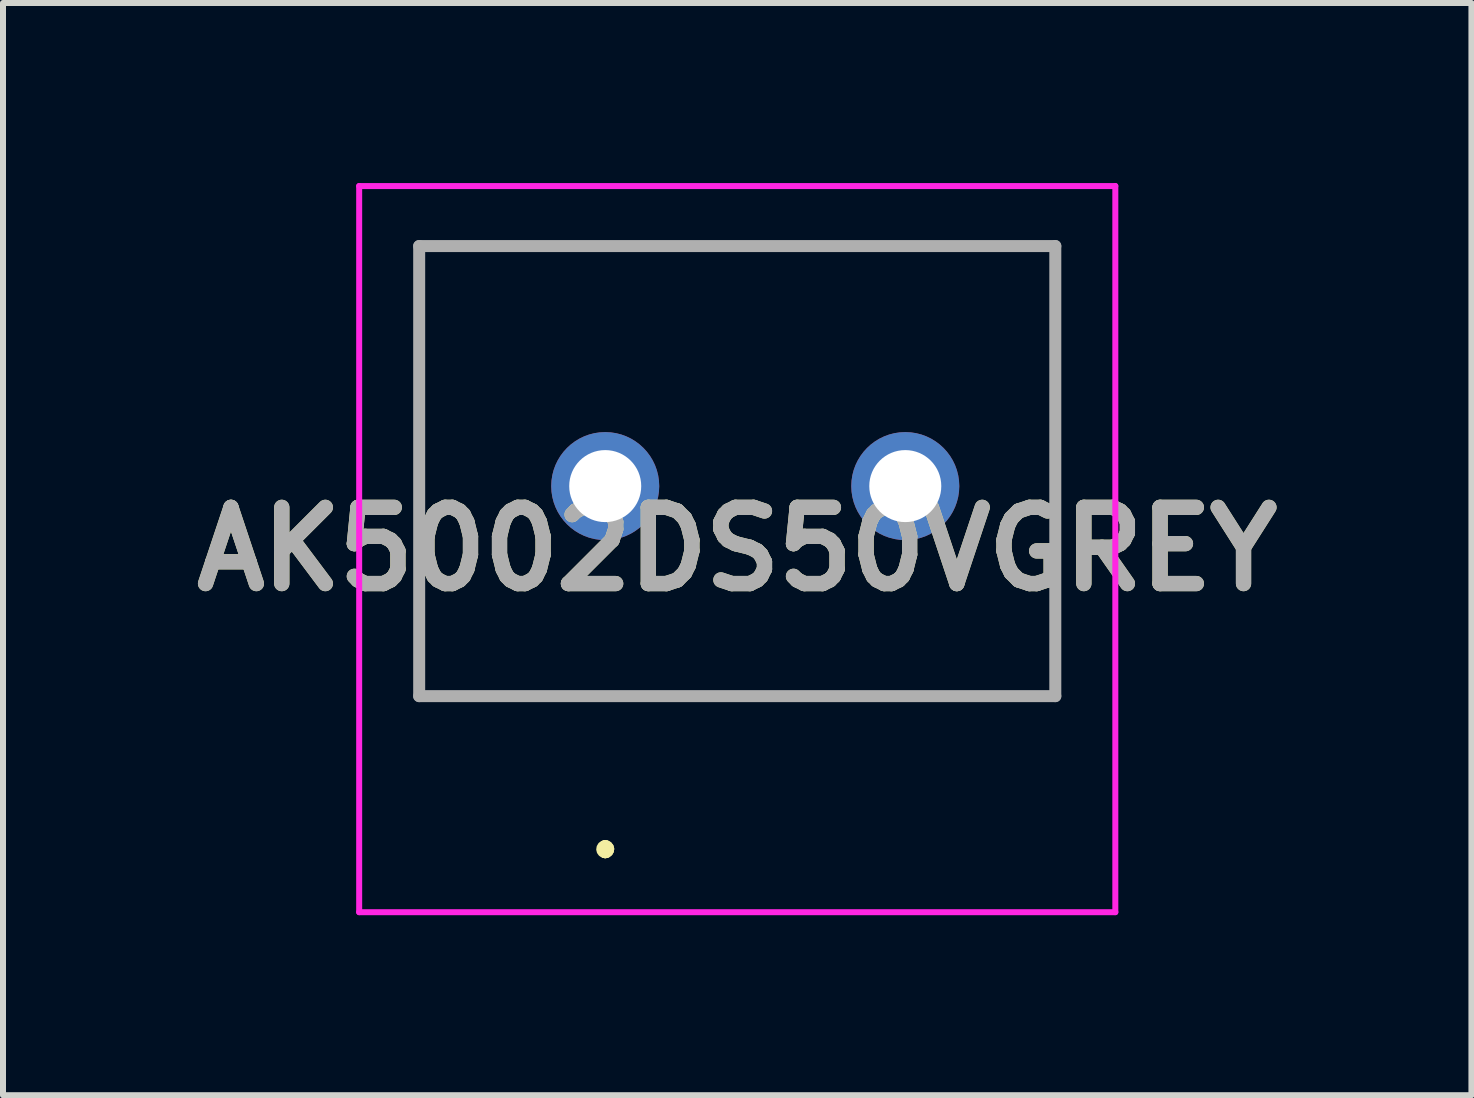
<source format=kicad_pcb>
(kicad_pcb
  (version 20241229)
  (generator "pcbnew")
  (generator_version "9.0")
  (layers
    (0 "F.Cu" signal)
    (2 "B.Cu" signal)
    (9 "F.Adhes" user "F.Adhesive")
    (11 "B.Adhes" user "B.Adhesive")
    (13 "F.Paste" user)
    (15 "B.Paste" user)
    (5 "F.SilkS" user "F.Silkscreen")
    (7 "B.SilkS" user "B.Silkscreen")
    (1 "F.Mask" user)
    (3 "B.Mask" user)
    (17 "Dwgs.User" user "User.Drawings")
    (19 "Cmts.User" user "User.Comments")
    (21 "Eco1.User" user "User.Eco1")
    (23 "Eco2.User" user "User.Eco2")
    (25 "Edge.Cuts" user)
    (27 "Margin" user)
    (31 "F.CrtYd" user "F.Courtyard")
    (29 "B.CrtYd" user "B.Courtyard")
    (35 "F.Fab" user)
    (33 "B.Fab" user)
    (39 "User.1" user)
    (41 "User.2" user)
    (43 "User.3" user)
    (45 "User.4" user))
  (footprint "AK5002DS50VGREY"
    (layer "F.Cu")
    (at 7.035 5.05)
    (property "Reference" "AK5002DS50VGREY" (at 2.2 1.05 0) (layer "F.SilkS") (effects (font (size 1.27 1.27) (thickness 0.254))))
    (attr through_hole)
    (fp_line (start -3.1 -4) (end 7.5 -4) (stroke (width 0.1) (type solid)) (layer "F.SilkS"))
    (fp_line (start -3.1 3.5) (end -3.1 -4) (stroke (width 0.1) (type solid)) (layer "F.SilkS"))
    (fp_line (start 0 6) (end 0 6) (stroke (width 0.2) (type solid)) (layer "F.SilkS"))
    (fp_line (start 0 6.1) (end 0 6.1) (stroke (width 0.2) (type solid)) (layer "F.SilkS"))
    (fp_line (start 0 6.1) (end 0 6.1) (stroke (width 0.2) (type solid)) (layer "F.SilkS"))
    (fp_line (start 7.5 -4) (end 7.5 3.5) (stroke (width 0.1) (type solid)) (layer "F.SilkS"))
    (fp_line (start 7.5 3.5) (end -3.1 3.5) (stroke (width 0.1) (type solid)) (layer "F.SilkS"))
    (fp_arc (start 0 6) (mid 0.05 6.05) (end 0 6.1) (stroke (width 0.2) (type solid)) (layer "F.SilkS"))
    (fp_arc (start 0 6) (mid 0.05 6.05) (end 0 6.1) (stroke (width 0.2) (type solid)) (layer "F.SilkS"))
    (fp_arc (start 0 6.1) (mid -0.05 6.05) (end 0 6) (stroke (width 0.2) (type solid)) (layer "F.SilkS"))
    (fp_line (start -4.1 -5) (end 8.5 -5) (stroke (width 0.1) (type solid)) (layer "F.CrtYd"))
    (fp_line (start -4.1 7.1) (end -4.1 -5) (stroke (width 0.1) (type solid)) (layer "F.CrtYd"))
    (fp_line (start 8.5 -5) (end 8.5 7.1) (stroke (width 0.1) (type solid)) (layer "F.CrtYd"))
    (fp_line (start 8.5 7.1) (end -4.1 7.1) (stroke (width 0.1) (type solid)) (layer "F.CrtYd"))
    (fp_line (start -3.1 -4) (end -3.1 3.5) (stroke (width 0.2) (type solid)) (layer "F.Fab"))
    (fp_line (start -3.1 3.5) (end 7.5 3.5) (stroke (width 0.2) (type solid)) (layer "F.Fab"))
    (fp_line (start 7.5 -4) (end -3.1 -4) (stroke (width 0.2) (type solid)) (layer "F.Fab"))
    (fp_line (start 7.5 3.5) (end 7.5 -4) (stroke (width 0.2) (type solid)) (layer "F.Fab"))
    (fp_text user "${REFERENCE}" (at 2.2 1.05 0) (layer "F.Fab") (effects (font (size 1.27 1.27) (thickness 0.254))))
    (pad "1" thru_hole circle (at 0 0) (size 1.8 1.8) (drill 1.2) (layers "*.Cu" "*.Mask"))
    (pad "2" thru_hole circle (at 5 0) (size 1.8 1.8) (drill 1.2) (layers "*.Cu" "*.Mask")))
  (gr_rect
    (start -3 -3)
    (end 21.469 15.2)
    (stroke (width 0.1) (type default))
    (fill no)
    (layer "Edge.Cuts")))
</source>
